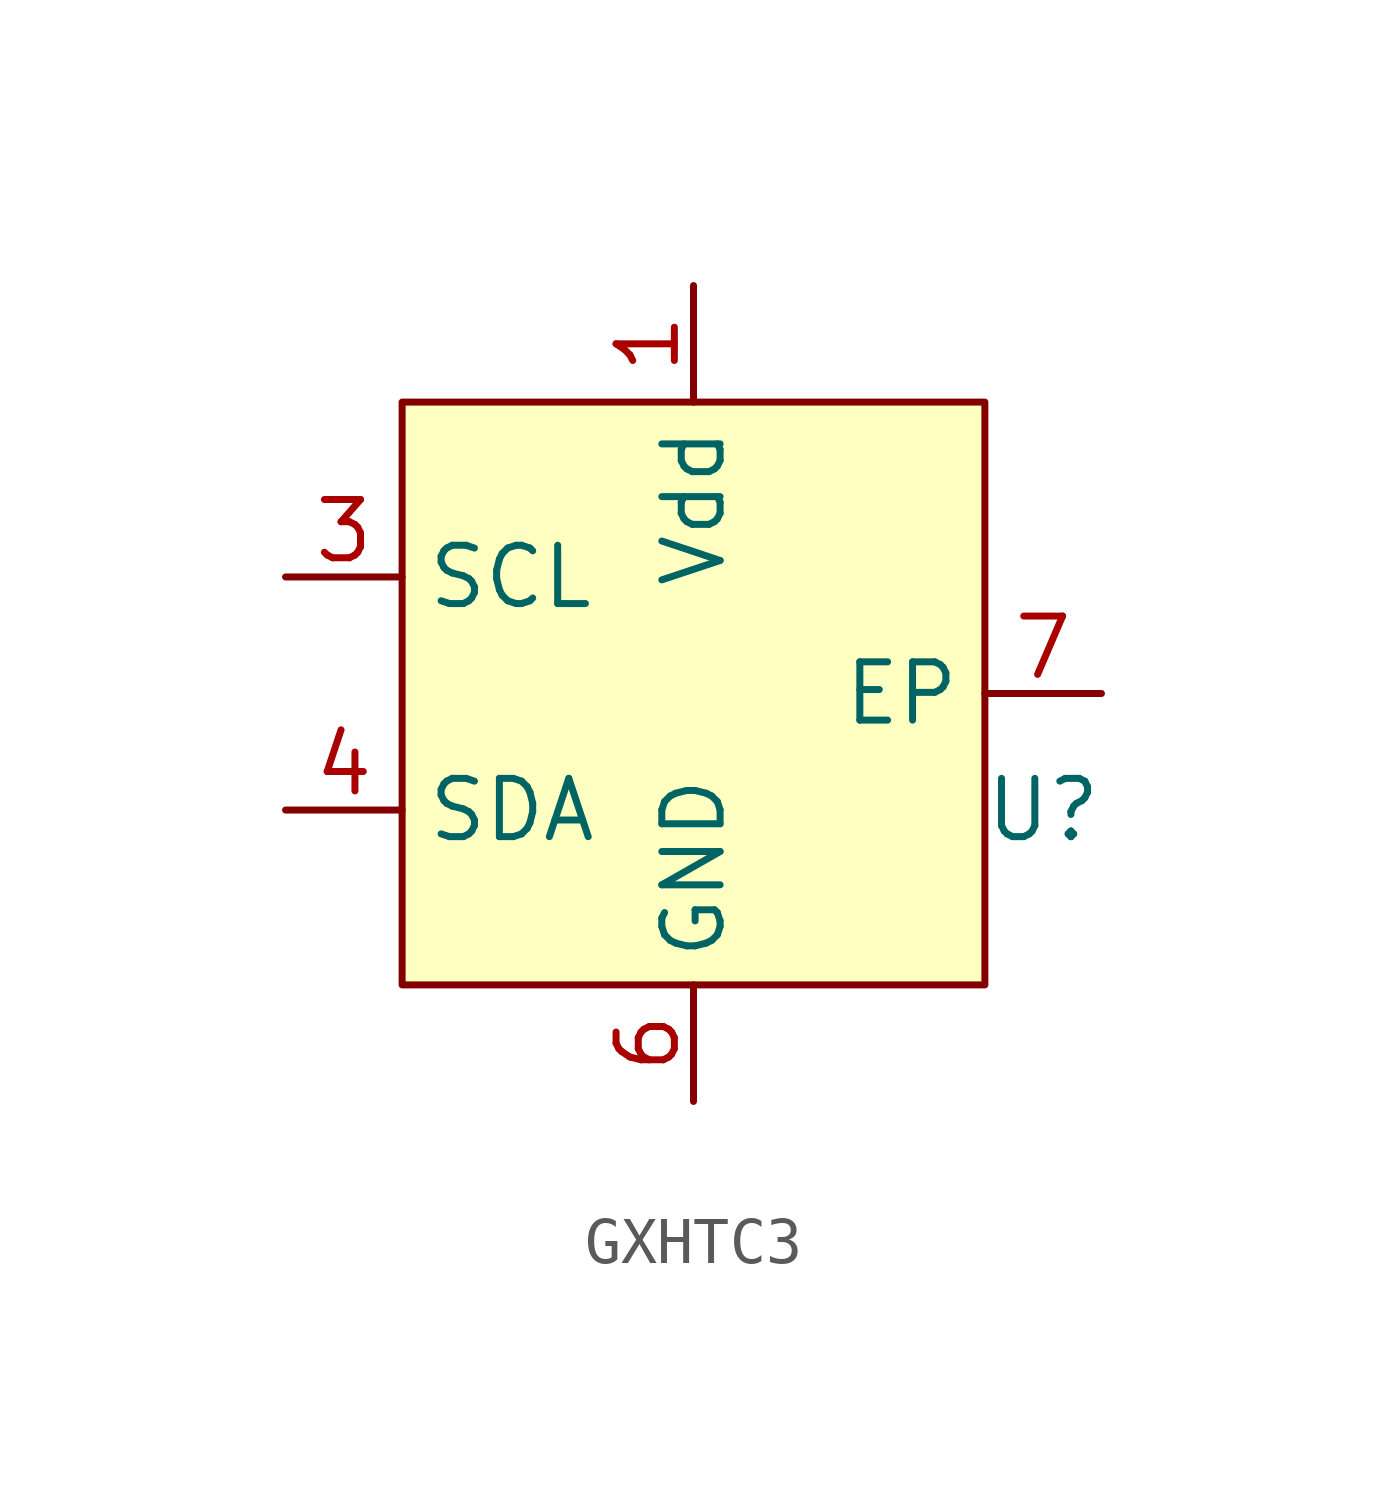
<source format=kicad_sym>
(kicad_symbol_lib
  (version 20220914)
  (generator kicad_symbol_editor)
  (symbol "GXHTC3"
    (property "Reference" "U"
      (at 7.62 -2.54 0)
      (effects (font (size 1.27 1.27))))
    (property "Value" ""
      (at 0 0 0)
      (effects (font (size 1.27 1.27))))
    (symbol "GXHTC3_1_1"
      (rectangle (start -6.35 6.35) (end 6.35 -6.35) (stroke (width 0) (type default)) (fill (type background)))
      (pin power_in line (at 0 8.89 270) (length 2.54) (name "Vdd" (effects (font (size 1.27 1.27)))) (number "1" (effects (font (size 1.27 1.27)))))
      (pin bidirectional line (at -8.89 2.54 0) (length 2.54) (name "SCL" (effects (font (size 1.27 1.27)))) (number "3" (effects (font (size 1.27 1.27)))))
      (pin bidirectional line (at -8.89 -2.54 0) (length 2.54) (name "SDA" (effects (font (size 1.27 1.27)))) (number "4" (effects (font (size 1.27 1.27)))))
      (pin power_in line (at 0 -8.89 90) (length 2.54) (name "GND" (effects (font (size 1.27 1.27)))) (number "6" (effects (font (size 1.27 1.27)))))
      (pin bidirectional line (at 8.89 0 180) (length 2.54) (name "EP" (effects (font (size 1.27 1.27)))) (number "7" (effects (font (size 1.27 1.27))))))))
</source>
